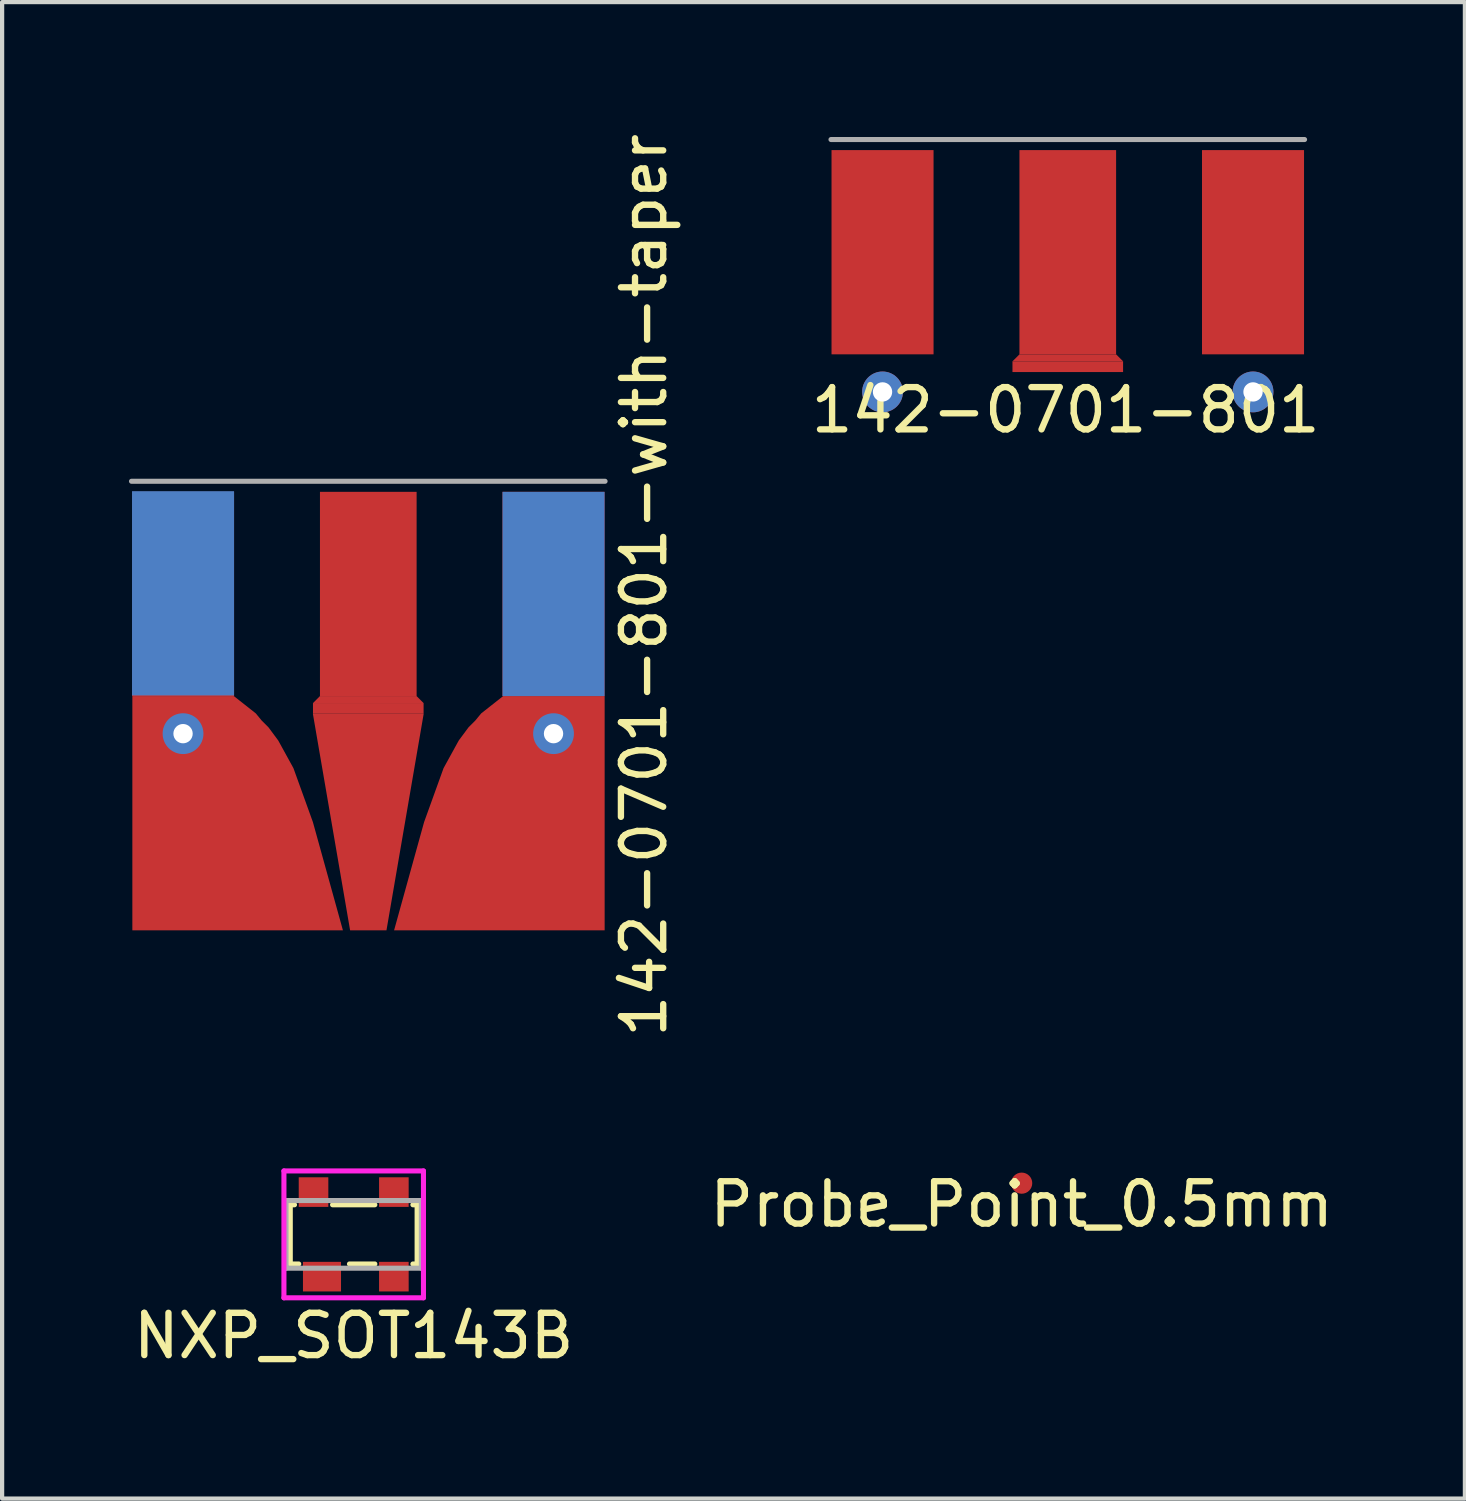
<source format=kicad_pcb>
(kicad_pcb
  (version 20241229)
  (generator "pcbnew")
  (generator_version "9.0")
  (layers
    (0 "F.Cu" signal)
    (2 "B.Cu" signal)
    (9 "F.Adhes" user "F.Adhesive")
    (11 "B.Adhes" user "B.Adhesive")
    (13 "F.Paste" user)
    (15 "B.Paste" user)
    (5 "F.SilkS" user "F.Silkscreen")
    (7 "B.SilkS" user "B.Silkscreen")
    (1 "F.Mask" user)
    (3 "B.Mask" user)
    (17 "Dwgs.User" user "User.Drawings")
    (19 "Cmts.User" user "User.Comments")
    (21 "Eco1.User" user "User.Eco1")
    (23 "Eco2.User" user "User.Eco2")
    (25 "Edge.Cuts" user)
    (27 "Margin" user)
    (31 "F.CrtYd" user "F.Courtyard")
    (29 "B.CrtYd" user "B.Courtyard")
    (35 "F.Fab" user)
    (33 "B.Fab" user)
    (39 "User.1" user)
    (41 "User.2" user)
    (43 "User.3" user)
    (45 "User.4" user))
  (footprint "Probe_Point_0.5mm"
    (layer "F.Cu")
    (at 21.113 24.932)
    (property "Reference" "Probe_Point_0.5mm" (at 0 0.5 0) (layer "F.SilkS") (effects (font (size 1 1) (thickness 0.15))))
    (attr through_hole)
    (pad "1" smd circle (at 0 0) (size 0.5 0.5) (layers "F.Cu" "F.Mask" "F.Paste")))
  (footprint "142-0701-801-with-taper"
    (layer "F.Cu")
    (at 5.66 8.332)
    (property "Reference" "142-0701-801-with-taper" (at 6.52 2.46 90) (layer "F.SilkS") (effects (font (size 1 1) (thickness 0.15))))
    (attr through_hole)
    (fp_line (start -5.6 0) (end 5.6 0) (stroke (width 0.12) (type solid)) (layer "F.Fab"))
    (pad "1" smd custom (at -0.04 7.28) (size 0.965 0.965) (layers "F.Cu" "F.Mask" "F.Paste") (options (anchor rect)) (primitives (gr_poly (pts (xy -0.83 0.78) (xy -1.05 -0.5) (xy -1.16 -1.14) (xy -1.215 -1.46) (xy -1.27 -1.78) (xy 1.35 -1.78) (xy 0.47 3.34) (xy -0.39 3.34)) (width 0) (fill yes))))
    (pad "1" smd rect (at 0 2.665) (size 2.286 4.83) (layers "F.Cu" "F.Mask" "F.Paste"))
    (pad "1" smd trapezoid (at 0 5.163) (size 2.451 0.165) (rect_delta 0 0.165) (layers "F.Cu" "F.Mask" "F.Paste"))
    (pad "1" smd rect (at 0 5.372) (size 2.616 0.254) (layers "F.Cu" "F.Mask" "F.Paste"))
    (pad "2" smd rect (at -4.381 2.65) (size 2.413 4.83) (layers "F.Mask" "B.Cu" "F.Paste"))
    (pad "2" smd rect (at -4.381 2.665) (size 2.413 4.83) (layers "F.Cu" "F.Mask" "F.Paste"))
    (pad "2" thru_hole circle (at -4.381 5.969) (size 0.965 0.965) (drill 0.457) (layers "*.Cu" "*.Mask"))
    (pad "2" smd custom (at -3.04 9.83) (size 0.965 0.965) (layers "F.Cu") (options (anchor rect)) (primitives (gr_poly (pts (xy -0.14 -4.75) (xy 0.38 -4.34) (xy 0.52 -4.17) (xy 0.68 -4.01) (xy 0.91 -3.7) (xy 1.27 -3.045) (xy 1.73 -1.77) (xy 2.44 0.79) (xy -2.54 0.79) (xy -2.54 -4.75)) (width 0) (fill yes))))
    (pad "2" smd custom (at 3.91 8.81) (size 0.965 0.965) (layers "F.Cu") (options (anchor rect)) (primitives (gr_poly (pts (xy -0.72 -3.73) (xy -1.24 -3.32) (xy -1.38 -3.15) (xy -1.54 -2.99) (xy -1.77 -2.68) (xy -2.13 -2.025) (xy -2.59 -0.75) (xy -3.3 1.81) (xy 1.68 1.81) (xy 1.68 -3.73)) (width 0) (fill yes))))
    (pad "2" smd rect (at 4.381 2.665) (size 2.413 4.83) (layers "F.Cu" "F.Mask" "F.Paste"))
    (pad "2" smd rect (at 4.381 2.665) (size 2.413 4.83) (layers "F.Mask" "B.Cu" "F.Paste"))
    (pad "2" thru_hole circle (at 4.381 5.969) (size 0.965 0.965) (drill 0.457) (layers "*.Cu" "*.Mask")))
  (footprint "NXP_SOT143B"
    (layer "F.Cu")
    (at 5.315 26.143)
    (property "Reference" "NXP_SOT143B" (at 0 2.4 0) (layer "F.SilkS") (effects (font (size 1 1) (thickness 0.15))))
    (attr through_hole)
    (fp_line (start -1.5 -0.7) (end -1.5 0.7) (stroke (width 0.12) (type solid)) (layer "F.SilkS"))
    (fp_line (start -1.5 -0.7) (end -1.4 -0.7) (stroke (width 0.12) (type solid)) (layer "F.SilkS"))
    (fp_line (start -1.5 0.7) (end -1.3 0.7) (stroke (width 0.12) (type solid)) (layer "F.SilkS"))
    (fp_line (start -0.5 -0.7) (end 0.5 -0.7) (stroke (width 0.12) (type solid)) (layer "F.SilkS"))
    (fp_line (start -0.1 0.7) (end 0.5 0.7) (stroke (width 0.12) (type solid)) (layer "F.SilkS"))
    (fp_line (start 1.4 -0.7) (end 1.5 -0.7) (stroke (width 0.12) (type solid)) (layer "F.SilkS"))
    (fp_line (start 1.5 -0.7) (end 1.5 0.7) (stroke (width 0.12) (type solid)) (layer "F.SilkS"))
    (fp_line (start 1.5 0.7) (end 1.4 0.7) (stroke (width 0.12) (type solid)) (layer "F.SilkS"))
    (fp_line (start -1.65 -1.5) (end 1.65 -1.5) (stroke (width 0.12) (type solid)) (layer "F.CrtYd"))
    (fp_line (start -1.65 1.5) (end -1.65 -1.5) (stroke (width 0.12) (type solid)) (layer "F.CrtYd"))
    (fp_line (start 1.65 -1.5) (end 1.65 1.5) (stroke (width 0.12) (type solid)) (layer "F.CrtYd"))
    (fp_line (start 1.65 1.5) (end -1.65 1.5) (stroke (width 0.12) (type solid)) (layer "F.CrtYd"))
    (fp_line (start -1.6 -0.8) (end 1.6 -0.8) (stroke (width 0.12) (type solid)) (layer "F.Fab"))
    (fp_line (start -1.6 0.8) (end -1.6 -0.8) (stroke (width 0.12) (type solid)) (layer "F.Fab"))
    (fp_line (start 1.6 -0.8) (end 1.6 0.8) (stroke (width 0.12) (type solid)) (layer "F.Fab"))
    (fp_line (start 1.6 0.8) (end -1.6 0.8) (stroke (width 0.12) (type solid)) (layer "F.Fab"))
    (pad "1" smd rect (at -0.75 1) (size 0.9 0.7) (layers "F.Cu" "F.Mask" "F.Paste"))
    (pad "2" smd rect (at 0.95 1) (size 0.7 0.7) (layers "F.Cu" "F.Mask" "F.Paste"))
    (pad "3" smd rect (at 0.95 -1) (size 0.7 0.7) (layers "F.Cu" "F.Mask" "F.Paste"))
    (pad "4" smd rect (at -0.95 -1) (size 0.7 0.7) (layers "F.Cu" "F.Mask" "F.Paste")))
  (footprint "142-0701-801"
    (layer "F.Cu")
    (at 22.203 0.25)
    (property "Reference" "142-0701-801" (at -0.05 6.4 0) (layer "F.SilkS") (effects (font (size 1 1) (thickness 0.15))))
    (attr through_hole)
    (fp_line (start -5.6 0) (end 5.6 0) (stroke (width 0.12) (type solid)) (layer "F.Fab"))
    (pad "1" smd rect (at 0 2.665) (size 2.286 4.83) (layers "F.Cu" "F.Mask" "F.Paste"))
    (pad "1" smd trapezoid (at 0 5.163) (size 2.451 0.165) (rect_delta 0 0.165) (layers "F.Cu" "F.Mask" "F.Paste"))
    (pad "1" smd rect (at 0 5.372) (size 2.616 0.254) (layers "F.Cu" "F.Mask" "F.Paste"))
    (pad "2" smd rect (at -4.381 2.665) (size 2.413 4.83) (layers "F.Cu" "F.Mask" "F.Paste"))
    (pad "2" thru_hole circle (at -4.381 5.969) (size 0.965 0.965) (drill 0.457) (layers "*.Cu" "*.Mask"))
    (pad "2" smd rect (at 4.381 2.665) (size 2.413 4.83) (layers "F.Cu" "F.Mask" "F.Paste"))
    (pad "2" thru_hole circle (at 4.381 5.969) (size 0.965 0.965) (drill 0.457) (layers "*.Cu" "*.Mask")))
  (gr_rect
    (start -3 -3)
    (end 31.595 32.392)
    (stroke (width 0.1) (type default))
    (fill no)
    (layer "Edge.Cuts")))
</source>
